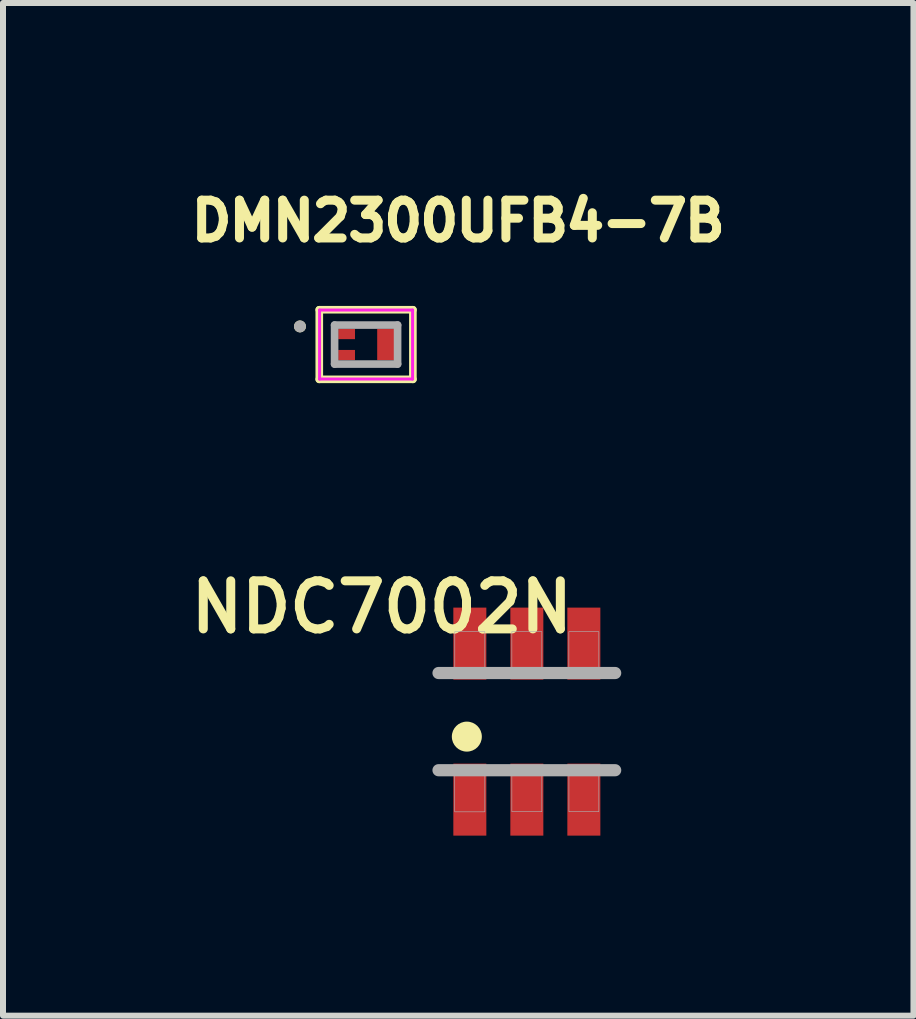
<source format=kicad_pcb>
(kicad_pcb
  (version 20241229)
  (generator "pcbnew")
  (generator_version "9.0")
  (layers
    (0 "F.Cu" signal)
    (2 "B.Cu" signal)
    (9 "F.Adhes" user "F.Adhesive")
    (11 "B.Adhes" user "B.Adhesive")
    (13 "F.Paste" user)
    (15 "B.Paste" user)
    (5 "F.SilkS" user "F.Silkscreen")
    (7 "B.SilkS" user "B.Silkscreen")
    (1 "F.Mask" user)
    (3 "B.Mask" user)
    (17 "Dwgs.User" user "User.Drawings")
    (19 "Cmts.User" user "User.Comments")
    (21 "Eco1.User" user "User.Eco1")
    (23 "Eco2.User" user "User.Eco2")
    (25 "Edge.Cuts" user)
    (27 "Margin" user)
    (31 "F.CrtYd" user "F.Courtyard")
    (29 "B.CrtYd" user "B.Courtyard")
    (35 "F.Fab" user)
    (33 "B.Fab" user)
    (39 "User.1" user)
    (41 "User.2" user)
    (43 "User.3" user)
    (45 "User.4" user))
  (footprint "NDC7002N"
    (layer "F.Cu")
    (at 5.73 8.976)
    (property "Reference" "NDC7002N" (at -2.417 -1.908 180) (layer "F.SilkS") (effects (font (size 0.801 0.801) (thickness 0.15))))
    (attr smd)
    (fp_circle (center -1 0.25) (end -0.75 0.25) (stroke (width 0) (type solid)) (fill yes) (layer "F.SilkS"))
    (fp_line (start -1.472 -0.81) (end 1.472 -0.81) (stroke (width 0.203) (type solid)) (layer "F.Fab"))
    (fp_line (start 1.472 0.81) (end -1.472 0.81) (stroke (width 0.203) (type solid)) (layer "F.Fab"))
    (fp_poly (pts (xy -1.202 0.85) (xy -0.7 0.85) (xy -0.7 1.503) (xy -1.202 1.503)) (stroke (width 0.01) (type solid)) (fill no) (layer "F.Fab"))
    (fp_poly (pts (xy -1.201 -1.5) (xy -0.7 -1.5) (xy -0.7 -0.851) (xy -1.201 -0.851)) (stroke (width 0.01) (type solid)) (fill no) (layer "F.Fab"))
    (fp_poly (pts (xy -0.25 0.85) (xy 0.25 0.85) (xy 0.25 1.501) (xy -0.25 1.501)) (stroke (width 0.01) (type solid)) (fill no) (layer "F.Fab"))
    (fp_poly (pts (xy -0.25 -1.5) (xy 0.25 -1.5) (xy 0.25 -0.85) (xy -0.25 -0.85)) (stroke (width 0.01) (type solid)) (fill no) (layer "F.Fab"))
    (fp_poly (pts (xy 0.7 -1.5) (xy 1.2 -1.5) (xy 1.2 -0.85) (xy 0.7 -0.85)) (stroke (width 0.01) (type solid)) (fill no) (layer "F.Fab"))
    (fp_poly (pts (xy 0.701 0.85) (xy 1.2 0.85) (xy 1.2 1.501) (xy 0.701 1.501)) (stroke (width 0.01) (type solid)) (fill no) (layer "F.Fab"))
    (pad "1" smd rect (at -0.95 1.3) (size 0.55 1.2) (layers "F.Cu" "F.Mask" "F.Paste"))
    (pad "2" smd rect (at 0 1.3) (size 0.55 1.2) (layers "F.Cu" "F.Mask" "F.Paste"))
    (pad "3" smd rect (at 0.95 1.3) (size 0.55 1.2) (layers "F.Cu" "F.Mask" "F.Paste"))
    (pad "4" smd rect (at 0.95 -1.3) (size 0.55 1.2) (layers "F.Cu" "F.Mask" "F.Paste"))
    (pad "5" smd rect (at 0 -1.3) (size 0.55 1.2) (layers "F.Cu" "F.Mask" "F.Paste"))
    (pad "6" smd rect (at -0.95 -1.3) (size 0.55 1.2) (layers "F.Cu" "F.Mask" "F.Paste")))
  (footprint "DMN2300UFB4-7B"
    (layer "F.Cu")
    (at 3.051 2.692)
    (property "Reference" "DMN2300UFB4-7B" (at 1.535 -2.06 0) (layer "F.SilkS") (effects (font (size 0.63 0.63) (thickness 0.15))))
    (attr through_hole)
    (fp_line (start -0.78 -0.58) (end 0.78 -0.58) (stroke (width 0.127) (type solid)) (layer "F.SilkS"))
    (fp_line (start -0.78 0.58) (end -0.78 -0.58) (stroke (width 0.127) (type solid)) (layer "F.SilkS"))
    (fp_line (start 0.78 -0.58) (end 0.78 0.58) (stroke (width 0.127) (type solid)) (layer "F.SilkS"))
    (fp_line (start 0.78 0.58) (end -0.78 0.58) (stroke (width 0.127) (type solid)) (layer "F.SilkS"))
    (fp_circle (center -1.102 -0.302) (end -1.052 -0.302) (stroke (width 0.1) (type solid)) (fill no) (layer "F.SilkS"))
    (fp_line (start -0.775 -0.575) (end 0.775 -0.575) (stroke (width 0.05) (type solid)) (layer "F.CrtYd"))
    (fp_line (start -0.775 0.575) (end -0.775 -0.575) (stroke (width 0.05) (type solid)) (layer "F.CrtYd"))
    (fp_line (start 0.775 -0.575) (end 0.775 0.575) (stroke (width 0.05) (type solid)) (layer "F.CrtYd"))
    (fp_line (start 0.775 0.575) (end -0.775 0.575) (stroke (width 0.05) (type solid)) (layer "F.CrtYd"))
    (fp_line (start -0.525 -0.325) (end 0.525 -0.325) (stroke (width 0.127) (type solid)) (layer "F.Fab"))
    (fp_line (start -0.525 0.325) (end -0.525 -0.325) (stroke (width 0.127) (type solid)) (layer "F.Fab"))
    (fp_line (start 0.525 -0.325) (end 0.525 0.325) (stroke (width 0.127) (type solid)) (layer "F.Fab"))
    (fp_line (start 0.525 0.325) (end -0.525 0.325) (stroke (width 0.127) (type solid)) (layer "F.Fab"))
    (fp_circle (center -1.102 -0.302) (end -1.052 -0.302) (stroke (width 0.1) (type solid)) (fill no) (layer "F.Fab"))
    (pad "1" smd rect (at -0.325 -0.175) (size 0.28 0.17) (layers "F.Cu" "F.Mask" "F.Paste"))
    (pad "2" smd rect (at -0.325 0.175) (size 0.28 0.17) (layers "F.Cu" "F.Mask" "F.Paste"))
    (pad "3" smd rect (at 0.325 0) (size 0.28 0.52) (layers "F.Cu" "F.Mask" "F.Paste")))
  (gr_rect
    (start -3 -3)
    (end 12.173 13.876)
    (stroke (width 0.1) (type default))
    (fill no)
    (layer "Edge.Cuts")))
</source>
